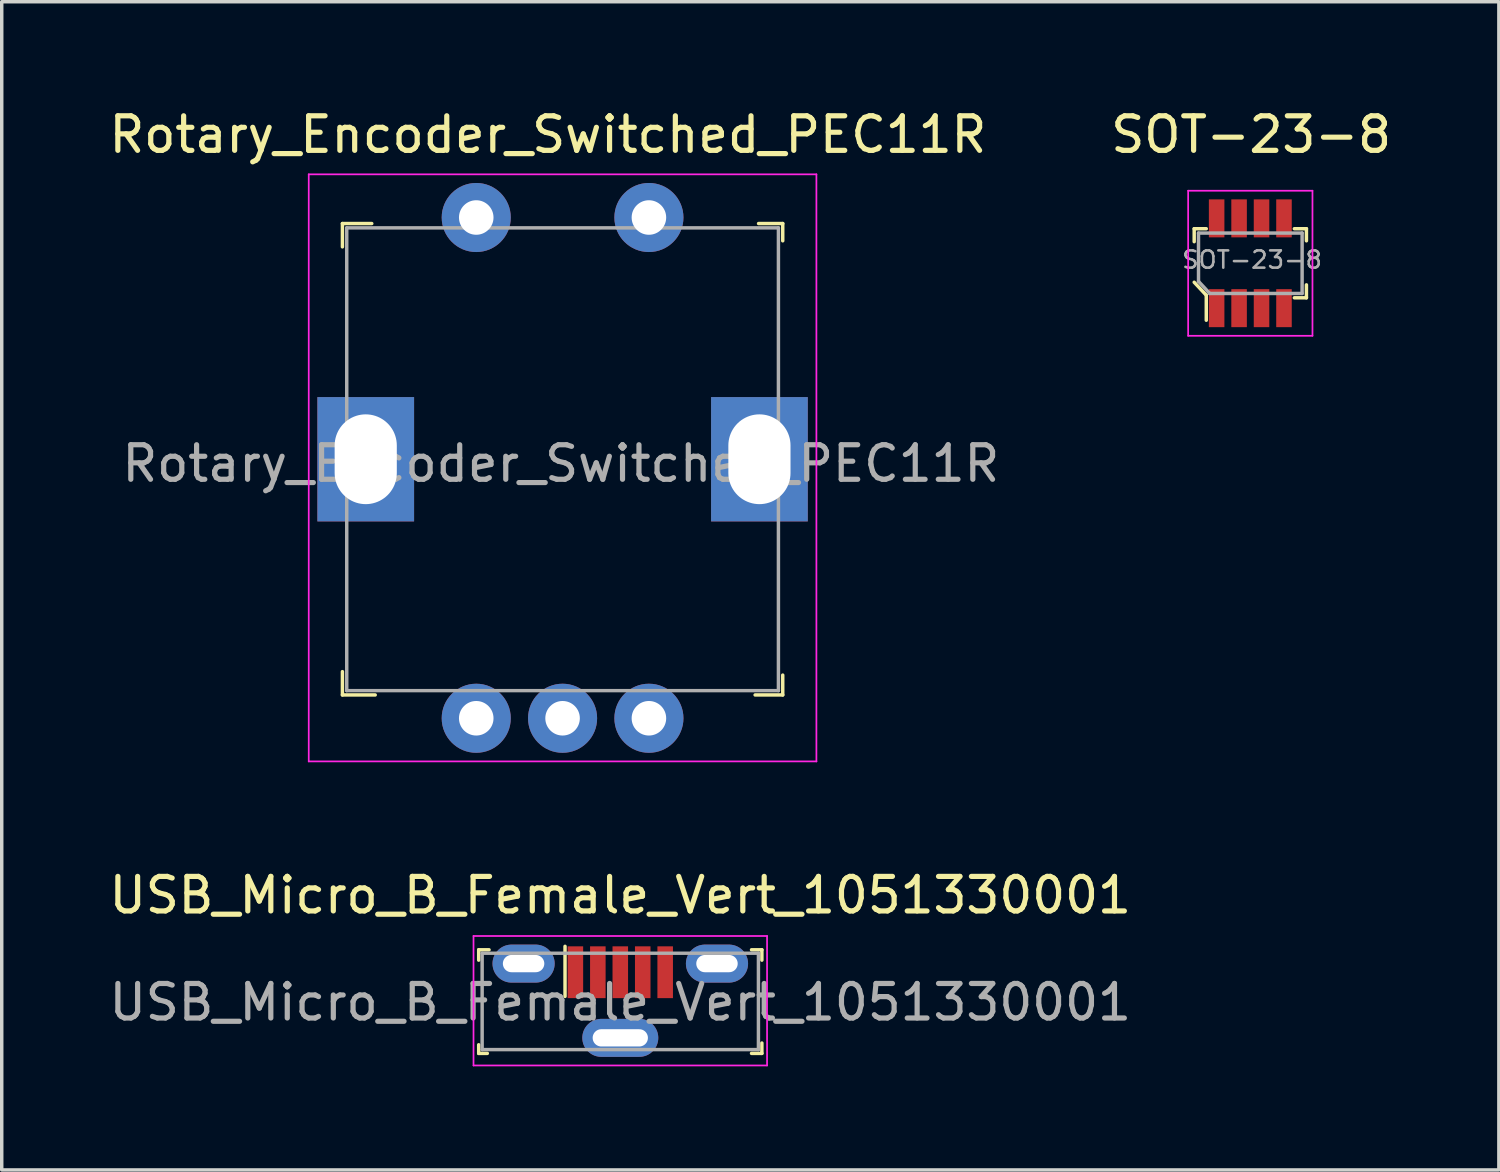
<source format=kicad_pcb>
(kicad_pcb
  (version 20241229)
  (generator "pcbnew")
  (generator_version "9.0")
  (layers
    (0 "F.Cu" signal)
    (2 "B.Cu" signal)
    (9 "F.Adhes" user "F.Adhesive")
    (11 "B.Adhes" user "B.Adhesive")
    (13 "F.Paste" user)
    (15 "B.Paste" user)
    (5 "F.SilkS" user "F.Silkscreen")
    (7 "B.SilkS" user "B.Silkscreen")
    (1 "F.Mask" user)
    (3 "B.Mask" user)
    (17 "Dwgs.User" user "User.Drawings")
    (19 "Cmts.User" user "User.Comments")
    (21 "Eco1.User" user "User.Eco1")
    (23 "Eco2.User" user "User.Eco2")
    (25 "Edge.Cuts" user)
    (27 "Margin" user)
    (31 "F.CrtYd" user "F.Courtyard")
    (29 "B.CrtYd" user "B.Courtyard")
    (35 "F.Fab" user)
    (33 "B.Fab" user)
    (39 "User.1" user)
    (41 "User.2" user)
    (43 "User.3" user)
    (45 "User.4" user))
  (footprint "USB_Micro_B_Female_Vert_1051330001"
    (layer "F.Cu")
    (at 14.911 25.102)
    (property "Reference" "USB_Micro_B_Female_Vert_1051330001" (at 0 -2.23 0) (layer "F.SilkS") (effects (font (size 1 1) (thickness 0.15))))
    (attr smd)
    (fp_line (start -4.1 -0.65) (end -4.1 -0.35) (stroke (width 0.1) (type solid)) (layer "F.SilkS"))
    (fp_line (start -4.1 -0.65) (end -3.8 -0.65) (stroke (width 0.1) (type solid)) (layer "F.SilkS"))
    (fp_line (start -4.1 2.35) (end -4.1 2.1) (stroke (width 0.1) (type solid)) (layer "F.SilkS"))
    (fp_line (start -4.1 2.35) (end -3.85 2.35) (stroke (width 0.1) (type solid)) (layer "F.SilkS"))
    (fp_line (start -1.6 -0.75) (end -1.6 0.7) (stroke (width 0.1) (type solid)) (layer "F.SilkS"))
    (fp_line (start 4.1 -0.65) (end 3.8 -0.65) (stroke (width 0.1) (type solid)) (layer "F.SilkS"))
    (fp_line (start 4.1 -0.65) (end 4.1 -0.35) (stroke (width 0.1) (type solid)) (layer "F.SilkS"))
    (fp_line (start 4.1 2.35) (end 3.8 2.35) (stroke (width 0.1) (type solid)) (layer "F.SilkS"))
    (fp_line (start 4.1 2.35) (end 4.1 2.05) (stroke (width 0.1) (type solid)) (layer "F.SilkS"))
    (fp_line (start -4.25 -1.05) (end -4.25 2.7) (stroke (width 0.05) (type solid)) (layer "F.CrtYd"))
    (fp_line (start -4.25 -1.05) (end 4.25 -1.05) (stroke (width 0.05) (type solid)) (layer "F.CrtYd"))
    (fp_line (start -4.25 2.7) (end 4.25 2.7) (stroke (width 0.05) (type solid)) (layer "F.CrtYd"))
    (fp_line (start 4.25 -1.05) (end 4.25 2.7) (stroke (width 0.05) (type solid)) (layer "F.CrtYd"))
    (fp_line (start -4 -0.55) (end -4 2.24) (stroke (width 0.1) (type solid)) (layer "F.Fab"))
    (fp_line (start -4 -0.55) (end 4 -0.55) (stroke (width 0.1) (type solid)) (layer "F.Fab"))
    (fp_line (start -4 2.24) (end 4 2.24) (stroke (width 0.1) (type solid)) (layer "F.Fab"))
    (fp_line (start 4 -0.55) (end 4 2.24) (stroke (width 0.1) (type solid)) (layer "F.Fab"))
    (fp_text user "${REFERENCE}" (at 0 0.87 0) (layer "F.Fab") (effects (font (size 1 1) (thickness 0.15))))
    (pad "1" smd rect (at -1.3 0) (size 0.45 1.5) (layers "F.Cu" "F.Mask" "F.Paste"))
    (pad "2" smd rect (at -0.65 0) (size 0.45 1.5) (layers "F.Cu" "F.Mask" "F.Paste"))
    (pad "3" smd rect (at 0 0) (size 0.45 1.5) (layers "F.Cu" "F.Mask" "F.Paste"))
    (pad "4" smd rect (at 0.65 0) (size 0.45 1.5) (layers "F.Cu" "F.Mask" "F.Paste"))
    (pad "5" smd rect (at 1.3 0) (size 0.45 1.5) (layers "F.Cu" "F.Mask" "F.Paste"))
    (pad "SH" thru_hole oval (at -2.8 -0.25) (size 1.8 1.1) (drill oval 1.2 0.5) (layers "*.Cu" "*.Mask"))
    (pad "SH" thru_hole oval (at 0 1.9) (size 2.2 1.1) (drill oval 1.6 0.5) (layers "*.Cu" "*.Mask"))
    (pad "SH" thru_hole oval (at 2.8 -0.25) (size 1.8 1.1) (drill oval 1.2 0.5) (layers "*.Cu" "*.Mask")))
  (footprint "SOT-23-8"
    (layer "F.Cu")
    (at 33.154 4.573)
    (property "Reference" "SOT-23-8" (at 0.025 -3.725 0) (layer "F.SilkS") (effects (font (size 1 1) (thickness 0.15))))
    (attr smd)
    (fp_line (start -1.625 -1) (end -1.625 -0.625) (stroke (width 0.1) (type solid)) (layer "F.SilkS"))
    (fp_line (start -1.625 0.55) (end -1.275 0.925) (stroke (width 0.1) (type solid)) (layer "F.SilkS"))
    (fp_line (start -1.275 -1) (end -1.625 -1) (stroke (width 0.1) (type solid)) (layer "F.SilkS"))
    (fp_line (start -1.275 0.925) (end -1.275 1.65) (stroke (width 0.1) (type solid)) (layer "F.SilkS"))
    (fp_line (start 1.275 -1) (end 1.625 -1) (stroke (width 0.1) (type solid)) (layer "F.SilkS"))
    (fp_line (start 1.625 -1) (end 1.625 -0.65) (stroke (width 0.1) (type solid)) (layer "F.SilkS"))
    (fp_line (start 1.625 0.625) (end 1.625 1) (stroke (width 0.1) (type solid)) (layer "F.SilkS"))
    (fp_line (start 1.625 1) (end 1.275 1) (stroke (width 0.1) (type solid)) (layer "F.SilkS"))
    (fp_line (start -1.8 -2.1) (end -1.8 2.1) (stroke (width 0.05) (type solid)) (layer "F.CrtYd"))
    (fp_line (start -1.8 -2.1) (end 1.8 -2.1) (stroke (width 0.05) (type solid)) (layer "F.CrtYd"))
    (fp_line (start 1.8 -2.1) (end 1.8 2.1) (stroke (width 0.05) (type solid)) (layer "F.CrtYd"))
    (fp_line (start 1.8 2.1) (end -1.8 2.1) (stroke (width 0.05) (type solid)) (layer "F.CrtYd"))
    (fp_line (start -1.5 -0.875) (end -1.5 0.525) (stroke (width 0.1) (type solid)) (layer "F.Fab"))
    (fp_line (start -1.5 0.525) (end -1.175 0.875) (stroke (width 0.1) (type solid)) (layer "F.Fab"))
    (fp_line (start -1.175 0.875) (end 1.5 0.875) (stroke (width 0.1) (type solid)) (layer "F.Fab"))
    (fp_line (start 1.5 -0.875) (end -1.5 -0.875) (stroke (width 0.1) (type solid)) (layer "F.Fab"))
    (fp_line (start 1.5 -0.875) (end 1.5 0.875) (stroke (width 0.1) (type solid)) (layer "F.Fab"))
    (fp_text user "${REFERENCE}" (at 0.05 -0.1 0) (layer "F.Fab") (effects (font (size 0.5 0.5) (thickness 0.075))))
    (pad "1" smd rect (at -0.975 1.3) (size 0.45 1.1) (layers "F.Cu" "F.Mask" "F.Paste"))
    (pad "2" smd rect (at -0.325 1.3) (size 0.45 1.1) (layers "F.Cu" "F.Mask" "F.Paste"))
    (pad "3" smd rect (at 0.325 1.3) (size 0.45 1.1) (layers "F.Cu" "F.Mask" "F.Paste"))
    (pad "4" smd rect (at 0.975 1.3) (size 0.45 1.1) (layers "F.Cu" "F.Mask" "F.Paste"))
    (pad "5" smd rect (at 0.975 -1.3) (size 0.45 1.1) (layers "F.Cu" "F.Mask" "F.Paste"))
    (pad "6" smd rect (at 0.325 -1.3) (size 0.45 1.1) (layers "F.Cu" "F.Mask" "F.Paste"))
    (pad "7" smd rect (at -0.325 -1.3) (size 0.45 1.1) (layers "F.Cu" "F.Mask" "F.Paste"))
    (pad "8" smd rect (at -0.975 -1.3) (size 0.45 1.1) (layers "F.Cu" "F.Mask" "F.Paste")))
  (footprint "Rotary_Encoder_Switched_PEC11R"
    (layer "F.Cu")
    (at 7.54 10.248)
    (property "Reference" "Rotary_Encoder_Switched_PEC11R" (at 5.275 -9.4 0) (layer "F.SilkS") (effects (font (size 1 1) (thickness 0.15))))
    (attr through_hole)
    (fp_line (start -0.675 -6.825) (end -0.675 -6.15) (stroke (width 0.1) (type solid)) (layer "F.SilkS"))
    (fp_line (start -0.675 6.825) (end -0.675 6.15) (stroke (width 0.1) (type solid)) (layer "F.SilkS"))
    (fp_line (start 0.175 -6.825) (end -0.675 -6.825) (stroke (width 0.1) (type solid)) (layer "F.SilkS"))
    (fp_line (start 0.275 6.825) (end -0.675 6.825) (stroke (width 0.1) (type solid)) (layer "F.SilkS"))
    (fp_line (start 11.375 -6.825) (end 12.075 -6.825) (stroke (width 0.1) (type solid)) (layer "F.SilkS"))
    (fp_line (start 12.075 -6.825) (end 12.075 -6.325) (stroke (width 0.1) (type solid)) (layer "F.SilkS"))
    (fp_line (start 12.075 6.25) (end 12.075 6.825) (stroke (width 0.1) (type solid)) (layer "F.SilkS"))
    (fp_line (start 12.075 6.825) (end 11.275 6.825) (stroke (width 0.1) (type solid)) (layer "F.SilkS"))
    (fp_line (start -1.65 -8.25) (end 13.05 -8.25) (stroke (width 0.05) (type solid)) (layer "F.CrtYd"))
    (fp_line (start -1.65 8.75) (end -1.65 -8.25) (stroke (width 0.05) (type solid)) (layer "F.CrtYd"))
    (fp_line (start 13.05 -8.25) (end 13.05 8.75) (stroke (width 0.05) (type solid)) (layer "F.CrtYd"))
    (fp_line (start 13.05 8.75) (end -1.65 8.75) (stroke (width 0.05) (type solid)) (layer "F.CrtYd"))
    (fp_line (start -0.55 -6.7) (end -0.55 6.7) (stroke (width 0.1) (type solid)) (layer "F.Fab"))
    (fp_line (start -0.55 -6.7) (end 11.95 -6.7) (stroke (width 0.1) (type solid)) (layer "F.Fab"))
    (fp_line (start -0.55 6.7) (end 11.95 6.7) (stroke (width 0.1) (type solid)) (layer "F.Fab"))
    (fp_line (start 11.95 -6.7) (end 11.95 6.7) (stroke (width 0.1) (type solid)) (layer "F.Fab"))
    (fp_text user "${REFERENCE}" (at 5.65 0.125 0) (layer "F.Fab") (effects (font (size 1 1) (thickness 0.15))))
    (pad "1" thru_hole circle (at 3.2 -7) (size 2 2) (drill 1) (layers "*.Cu" "*.Mask"))
    (pad "2" thru_hole circle (at 8.2 -7) (size 2 2) (drill 1) (layers "*.Cu" "*.Mask"))
    (pad "3" thru_hole rect (at 0 0) (size 2.8 3.6) (drill oval 1.8 2.6) (layers "*.Cu" "*.Mask"))
    (pad "3" thru_hole rect (at 11.4 0) (size 2.8 3.6) (drill oval 1.8 2.6) (layers "*.Cu" "*.Mask"))
    (pad "A" thru_hole circle (at 3.2 7.5) (size 2 2) (drill 1) (layers "*.Cu" "*.Mask"))
    (pad "B" thru_hole circle (at 8.2 7.5) (size 2 2) (drill 1) (layers "*.Cu" "*.Mask"))
    (pad "C" thru_hole circle (at 5.7 7.5) (size 2 2) (drill 1) (layers "*.Cu" "*.Mask")))
  (gr_rect
    (start -3 -3)
    (end 40.351 30.826)
    (stroke (width 0.1) (type default))
    (fill no)
    (layer "Edge.Cuts")))
</source>
